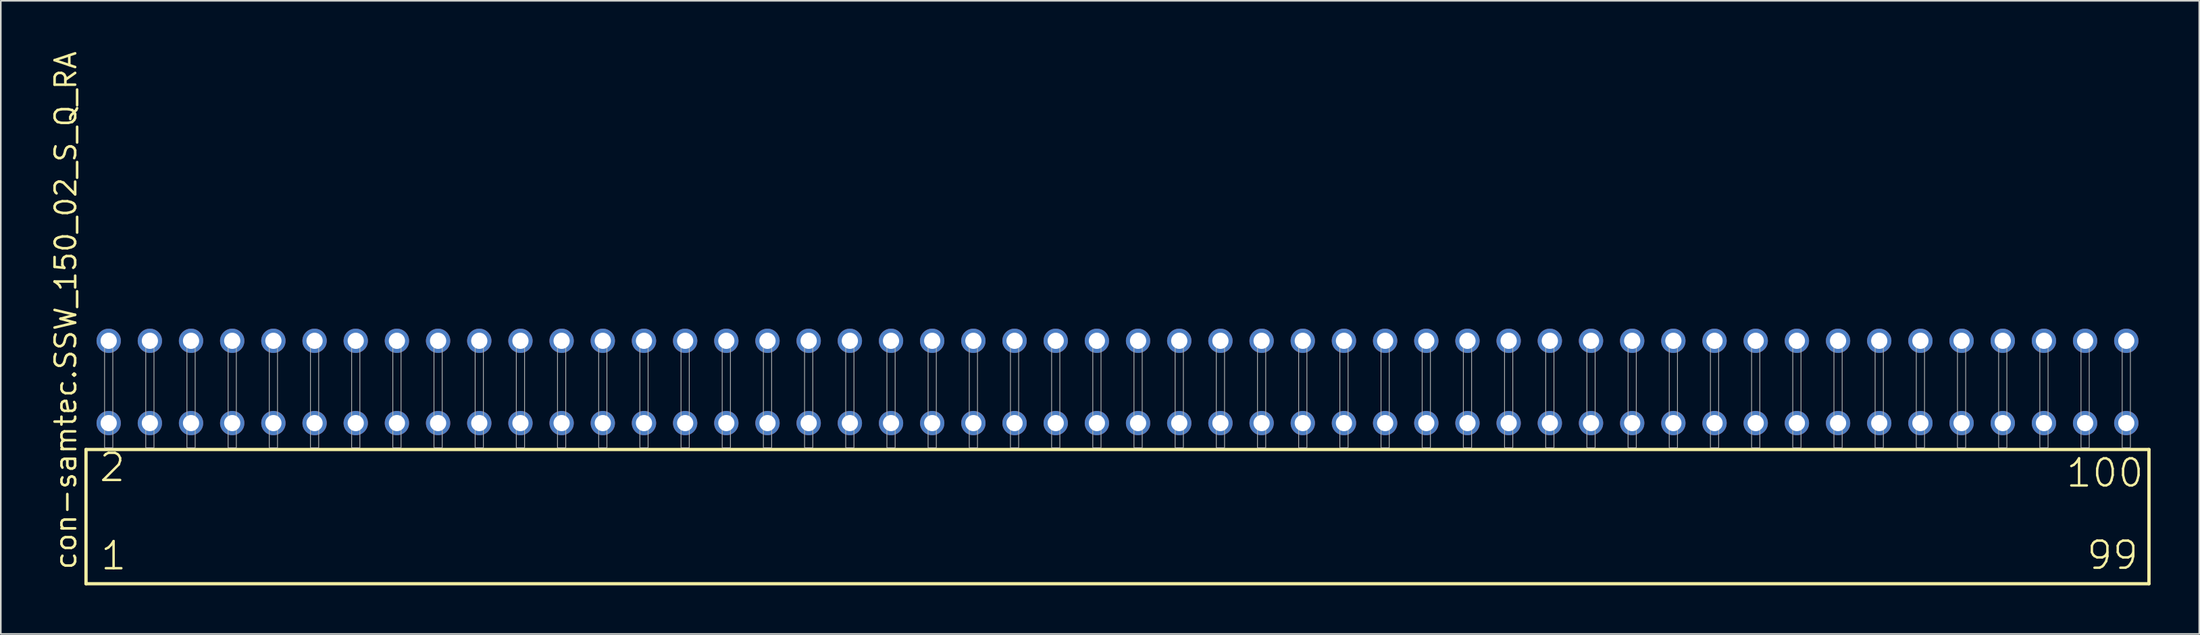
<source format=kicad_pcb>
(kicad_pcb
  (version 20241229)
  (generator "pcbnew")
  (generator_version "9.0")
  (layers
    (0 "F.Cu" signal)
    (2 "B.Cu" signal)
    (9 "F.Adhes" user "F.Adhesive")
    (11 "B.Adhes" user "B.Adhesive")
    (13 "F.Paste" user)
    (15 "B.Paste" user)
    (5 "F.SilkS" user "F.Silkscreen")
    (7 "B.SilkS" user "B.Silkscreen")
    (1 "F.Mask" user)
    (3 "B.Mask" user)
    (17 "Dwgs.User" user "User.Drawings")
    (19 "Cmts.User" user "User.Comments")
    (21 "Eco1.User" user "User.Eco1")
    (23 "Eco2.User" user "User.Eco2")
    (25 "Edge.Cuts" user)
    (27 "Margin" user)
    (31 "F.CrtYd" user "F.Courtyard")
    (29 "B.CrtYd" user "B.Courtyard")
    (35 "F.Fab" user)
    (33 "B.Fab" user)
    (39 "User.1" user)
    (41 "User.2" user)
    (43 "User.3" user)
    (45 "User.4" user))
  (footprint "con-samtec.SSW_150_02_S_Q_RA"
    (layer "F.Cu")
    (at 65.885 24.598)
    (property "Reference" "con-samtec.SSW_150_02_S_Q_RA" (at -64.135 7.62 90) (layer "F.SilkS") (effects (font (size 1.27 1.27) (thickness 0.16)) (justify left bottom)))
    (attr through_hole)
    (fp_line (start -63.629 0.106) (end -63.629 8.396) (stroke (width 0.203) (type default)) (layer "F.SilkS"))
    (fp_line (start -63.629 8.396) (end 63.629 8.396) (stroke (width 0.203) (type default)) (layer "F.SilkS"))
    (fp_line (start 63.629 0.106) (end -63.629 0.106) (stroke (width 0.203) (type default)) (layer "F.SilkS"))
    (fp_line (start 63.629 8.396) (end 63.629 0.106) (stroke (width 0.203) (type default)) (layer "F.SilkS"))
    (fp_rect (start -62.484 0) (end -61.976 -6.858) (stroke (width 0.05) (type default)) (fill no) (layer "F.Fab"))
    (fp_rect (start -59.944 0) (end -59.436 -6.858) (stroke (width 0.05) (type default)) (fill no) (layer "F.Fab"))
    (fp_rect (start -57.404 0) (end -56.896 -6.858) (stroke (width 0.05) (type default)) (fill no) (layer "F.Fab"))
    (fp_rect (start -54.864 0) (end -54.356 -6.858) (stroke (width 0.05) (type default)) (fill no) (layer "F.Fab"))
    (fp_rect (start -52.324 0) (end -51.816 -6.858) (stroke (width 0.05) (type default)) (fill no) (layer "F.Fab"))
    (fp_rect (start -49.784 0) (end -49.276 -6.858) (stroke (width 0.05) (type default)) (fill no) (layer "F.Fab"))
    (fp_rect (start -47.244 0) (end -46.736 -6.858) (stroke (width 0.05) (type default)) (fill no) (layer "F.Fab"))
    (fp_rect (start -44.704 0) (end -44.196 -6.858) (stroke (width 0.05) (type default)) (fill no) (layer "F.Fab"))
    (fp_rect (start -42.164 0) (end -41.656 -6.858) (stroke (width 0.05) (type default)) (fill no) (layer "F.Fab"))
    (fp_rect (start -39.624 0) (end -39.116 -6.858) (stroke (width 0.05) (type default)) (fill no) (layer "F.Fab"))
    (fp_rect (start -37.084 0) (end -36.576 -6.858) (stroke (width 0.05) (type default)) (fill no) (layer "F.Fab"))
    (fp_rect (start -34.544 0) (end -34.036 -6.858) (stroke (width 0.05) (type default)) (fill no) (layer "F.Fab"))
    (fp_rect (start -32.004 0) (end -31.496 -6.858) (stroke (width 0.05) (type default)) (fill no) (layer "F.Fab"))
    (fp_rect (start -29.464 0) (end -28.956 -6.858) (stroke (width 0.05) (type default)) (fill no) (layer "F.Fab"))
    (fp_rect (start -26.924 0) (end -26.416 -6.858) (stroke (width 0.05) (type default)) (fill no) (layer "F.Fab"))
    (fp_rect (start -24.384 0) (end -23.876 -6.858) (stroke (width 0.05) (type default)) (fill no) (layer "F.Fab"))
    (fp_rect (start -21.844 0) (end -21.336 -6.858) (stroke (width 0.05) (type default)) (fill no) (layer "F.Fab"))
    (fp_rect (start -19.304 0) (end -18.796 -6.858) (stroke (width 0.05) (type default)) (fill no) (layer "F.Fab"))
    (fp_rect (start -16.764 0) (end -16.256 -6.858) (stroke (width 0.05) (type default)) (fill no) (layer "F.Fab"))
    (fp_rect (start -14.224 0) (end -13.716 -6.858) (stroke (width 0.05) (type default)) (fill no) (layer "F.Fab"))
    (fp_rect (start -11.684 0) (end -11.176 -6.858) (stroke (width 0.05) (type default)) (fill no) (layer "F.Fab"))
    (fp_rect (start -9.144 0) (end -8.636 -6.858) (stroke (width 0.05) (type default)) (fill no) (layer "F.Fab"))
    (fp_rect (start -6.604 0) (end -6.096 -6.858) (stroke (width 0.05) (type default)) (fill no) (layer "F.Fab"))
    (fp_rect (start -4.064 0) (end -3.556 -6.858) (stroke (width 0.05) (type default)) (fill no) (layer "F.Fab"))
    (fp_rect (start -1.524 0) (end -1.016 -6.858) (stroke (width 0.05) (type default)) (fill no) (layer "F.Fab"))
    (fp_rect (start 1.016 0) (end 1.524 -6.858) (stroke (width 0.05) (type default)) (fill no) (layer "F.Fab"))
    (fp_rect (start 3.556 0) (end 4.064 -6.858) (stroke (width 0.05) (type default)) (fill no) (layer "F.Fab"))
    (fp_rect (start 6.096 0) (end 6.604 -6.858) (stroke (width 0.05) (type default)) (fill no) (layer "F.Fab"))
    (fp_rect (start 8.636 0) (end 9.144 -6.858) (stroke (width 0.05) (type default)) (fill no) (layer "F.Fab"))
    (fp_rect (start 11.176 0) (end 11.684 -6.858) (stroke (width 0.05) (type default)) (fill no) (layer "F.Fab"))
    (fp_rect (start 13.716 0) (end 14.224 -6.858) (stroke (width 0.05) (type default)) (fill no) (layer "F.Fab"))
    (fp_rect (start 16.256 0) (end 16.764 -6.858) (stroke (width 0.05) (type default)) (fill no) (layer "F.Fab"))
    (fp_rect (start 18.796 0) (end 19.304 -6.858) (stroke (width 0.05) (type default)) (fill no) (layer "F.Fab"))
    (fp_rect (start 21.336 0) (end 21.844 -6.858) (stroke (width 0.05) (type default)) (fill no) (layer "F.Fab"))
    (fp_rect (start 23.876 0) (end 24.384 -6.858) (stroke (width 0.05) (type default)) (fill no) (layer "F.Fab"))
    (fp_rect (start 26.416 0) (end 26.924 -6.858) (stroke (width 0.05) (type default)) (fill no) (layer "F.Fab"))
    (fp_rect (start 28.956 0) (end 29.464 -6.858) (stroke (width 0.05) (type default)) (fill no) (layer "F.Fab"))
    (fp_rect (start 31.496 0) (end 32.004 -6.858) (stroke (width 0.05) (type default)) (fill no) (layer "F.Fab"))
    (fp_rect (start 34.036 0) (end 34.544 -6.858) (stroke (width 0.05) (type default)) (fill no) (layer "F.Fab"))
    (fp_rect (start 36.576 0) (end 37.084 -6.858) (stroke (width 0.05) (type default)) (fill no) (layer "F.Fab"))
    (fp_rect (start 39.116 0) (end 39.624 -6.858) (stroke (width 0.05) (type default)) (fill no) (layer "F.Fab"))
    (fp_rect (start 41.656 0) (end 42.164 -6.858) (stroke (width 0.05) (type default)) (fill no) (layer "F.Fab"))
    (fp_rect (start 44.196 0) (end 44.704 -6.858) (stroke (width 0.05) (type default)) (fill no) (layer "F.Fab"))
    (fp_rect (start 46.736 0) (end 47.244 -6.858) (stroke (width 0.05) (type default)) (fill no) (layer "F.Fab"))
    (fp_rect (start 49.276 0) (end 49.784 -6.858) (stroke (width 0.05) (type default)) (fill no) (layer "F.Fab"))
    (fp_rect (start 51.816 0) (end 52.324 -6.858) (stroke (width 0.05) (type default)) (fill no) (layer "F.Fab"))
    (fp_rect (start 54.356 0) (end 54.864 -6.858) (stroke (width 0.05) (type default)) (fill no) (layer "F.Fab"))
    (fp_rect (start 56.896 0) (end 57.404 -6.858) (stroke (width 0.05) (type default)) (fill no) (layer "F.Fab"))
    (fp_rect (start 59.436 0) (end 59.944 -6.858) (stroke (width 0.05) (type default)) (fill no) (layer "F.Fab"))
    (fp_rect (start 61.976 0) (end 62.484 -6.858) (stroke (width 0.05) (type default)) (fill no) (layer "F.Fab"))
    (fp_text user "1" (at -62.825 7.65 0) (layer "F.SilkS") (effects (font (size 1.676 1.676) (thickness 0.15)) (justify left bottom)))
    (fp_text user "99" (at 59.69 7.62 0) (layer "F.SilkS") (effects (font (size 1.676 1.676) (thickness 0.15)) (justify left bottom)))
    (fp_text user "2" (at -62.9 2.2 0) (layer "F.SilkS") (effects (font (size 1.676 1.676) (thickness 0.15)) (justify left bottom)))
    (fp_text user "100" (at 58.42 2.54 0) (layer "F.SilkS") (effects (font (size 1.676 1.676) (thickness 0.15)) (justify left bottom)))
    (pad "1" thru_hole circle (at -62.23 -1.524) (size 1.5 1.5) (drill 1) (layers "*.Cu" "*.Mask"))
    (pad "2" thru_hole circle (at -62.23 -6.604) (size 1.5 1.5) (drill 1) (layers "*.Cu" "*.Mask"))
    (pad "3" thru_hole circle (at -59.69 -1.524) (size 1.5 1.5) (drill 1) (layers "*.Cu" "*.Mask"))
    (pad "4" thru_hole circle (at -59.69 -6.604) (size 1.5 1.5) (drill 1) (layers "*.Cu" "*.Mask"))
    (pad "5" thru_hole circle (at -57.15 -1.524) (size 1.5 1.5) (drill 1) (layers "*.Cu" "*.Mask"))
    (pad "6" thru_hole circle (at -57.15 -6.604) (size 1.5 1.5) (drill 1) (layers "*.Cu" "*.Mask"))
    (pad "7" thru_hole circle (at -54.61 -1.524) (size 1.5 1.5) (drill 1) (layers "*.Cu" "*.Mask"))
    (pad "8" thru_hole circle (at -54.61 -6.604) (size 1.5 1.5) (drill 1) (layers "*.Cu" "*.Mask"))
    (pad "9" thru_hole circle (at -52.07 -1.524) (size 1.5 1.5) (drill 1) (layers "*.Cu" "*.Mask"))
    (pad "10" thru_hole circle (at -52.07 -6.604) (size 1.5 1.5) (drill 1) (layers "*.Cu" "*.Mask"))
    (pad "11" thru_hole circle (at -49.53 -1.524) (size 1.5 1.5) (drill 1) (layers "*.Cu" "*.Mask"))
    (pad "12" thru_hole circle (at -49.53 -6.604) (size 1.5 1.5) (drill 1) (layers "*.Cu" "*.Mask"))
    (pad "13" thru_hole circle (at -46.99 -1.524) (size 1.5 1.5) (drill 1) (layers "*.Cu" "*.Mask"))
    (pad "14" thru_hole circle (at -46.99 -6.604) (size 1.5 1.5) (drill 1) (layers "*.Cu" "*.Mask"))
    (pad "15" thru_hole circle (at -44.45 -1.524) (size 1.5 1.5) (drill 1) (layers "*.Cu" "*.Mask"))
    (pad "16" thru_hole circle (at -44.45 -6.604) (size 1.5 1.5) (drill 1) (layers "*.Cu" "*.Mask"))
    (pad "17" thru_hole circle (at -41.91 -1.524) (size 1.5 1.5) (drill 1) (layers "*.Cu" "*.Mask"))
    (pad "18" thru_hole circle (at -41.91 -6.604) (size 1.5 1.5) (drill 1) (layers "*.Cu" "*.Mask"))
    (pad "19" thru_hole circle (at -39.37 -1.524) (size 1.5 1.5) (drill 1) (layers "*.Cu" "*.Mask"))
    (pad "20" thru_hole circle (at -39.37 -6.604) (size 1.5 1.5) (drill 1) (layers "*.Cu" "*.Mask"))
    (pad "21" thru_hole circle (at -36.83 -1.524) (size 1.5 1.5) (drill 1) (layers "*.Cu" "*.Mask"))
    (pad "22" thru_hole circle (at -36.83 -6.604) (size 1.5 1.5) (drill 1) (layers "*.Cu" "*.Mask"))
    (pad "23" thru_hole circle (at -34.29 -1.524) (size 1.5 1.5) (drill 1) (layers "*.Cu" "*.Mask"))
    (pad "24" thru_hole circle (at -34.29 -6.604) (size 1.5 1.5) (drill 1) (layers "*.Cu" "*.Mask"))
    (pad "25" thru_hole circle (at -31.75 -1.524) (size 1.5 1.5) (drill 1) (layers "*.Cu" "*.Mask"))
    (pad "26" thru_hole circle (at -31.75 -6.604) (size 1.5 1.5) (drill 1) (layers "*.Cu" "*.Mask"))
    (pad "27" thru_hole circle (at -29.21 -1.524) (size 1.5 1.5) (drill 1) (layers "*.Cu" "*.Mask"))
    (pad "28" thru_hole circle (at -29.21 -6.604) (size 1.5 1.5) (drill 1) (layers "*.Cu" "*.Mask"))
    (pad "29" thru_hole circle (at -26.67 -1.524) (size 1.5 1.5) (drill 1) (layers "*.Cu" "*.Mask"))
    (pad "30" thru_hole circle (at -26.67 -6.604) (size 1.5 1.5) (drill 1) (layers "*.Cu" "*.Mask"))
    (pad "31" thru_hole circle (at -24.13 -1.524) (size 1.5 1.5) (drill 1) (layers "*.Cu" "*.Mask"))
    (pad "32" thru_hole circle (at -24.13 -6.604) (size 1.5 1.5) (drill 1) (layers "*.Cu" "*.Mask"))
    (pad "33" thru_hole circle (at -21.59 -1.524) (size 1.5 1.5) (drill 1) (layers "*.Cu" "*.Mask"))
    (pad "34" thru_hole circle (at -21.59 -6.604) (size 1.5 1.5) (drill 1) (layers "*.Cu" "*.Mask"))
    (pad "35" thru_hole circle (at -19.05 -1.524) (size 1.5 1.5) (drill 1) (layers "*.Cu" "*.Mask"))
    (pad "36" thru_hole circle (at -19.05 -6.604) (size 1.5 1.5) (drill 1) (layers "*.Cu" "*.Mask"))
    (pad "37" thru_hole circle (at -16.51 -1.524) (size 1.5 1.5) (drill 1) (layers "*.Cu" "*.Mask"))
    (pad "38" thru_hole circle (at -16.51 -6.604) (size 1.5 1.5) (drill 1) (layers "*.Cu" "*.Mask"))
    (pad "39" thru_hole circle (at -13.97 -1.524) (size 1.5 1.5) (drill 1) (layers "*.Cu" "*.Mask"))
    (pad "40" thru_hole circle (at -13.97 -6.604) (size 1.5 1.5) (drill 1) (layers "*.Cu" "*.Mask"))
    (pad "41" thru_hole circle (at -11.43 -1.524) (size 1.5 1.5) (drill 1) (layers "*.Cu" "*.Mask"))
    (pad "42" thru_hole circle (at -11.43 -6.604) (size 1.5 1.5) (drill 1) (layers "*.Cu" "*.Mask"))
    (pad "43" thru_hole circle (at -8.89 -1.524) (size 1.5 1.5) (drill 1) (layers "*.Cu" "*.Mask"))
    (pad "44" thru_hole circle (at -8.89 -6.604) (size 1.5 1.5) (drill 1) (layers "*.Cu" "*.Mask"))
    (pad "45" thru_hole circle (at -6.35 -1.524) (size 1.5 1.5) (drill 1) (layers "*.Cu" "*.Mask"))
    (pad "46" thru_hole circle (at -6.35 -6.604) (size 1.5 1.5) (drill 1) (layers "*.Cu" "*.Mask"))
    (pad "47" thru_hole circle (at -3.81 -1.524) (size 1.5 1.5) (drill 1) (layers "*.Cu" "*.Mask"))
    (pad "48" thru_hole circle (at -3.81 -6.604) (size 1.5 1.5) (drill 1) (layers "*.Cu" "*.Mask"))
    (pad "49" thru_hole circle (at -1.27 -1.524) (size 1.5 1.5) (drill 1) (layers "*.Cu" "*.Mask"))
    (pad "50" thru_hole circle (at -1.27 -6.604) (size 1.5 1.5) (drill 1) (layers "*.Cu" "*.Mask"))
    (pad "51" thru_hole circle (at 1.27 -1.524) (size 1.5 1.5) (drill 1) (layers "*.Cu" "*.Mask"))
    (pad "52" thru_hole circle (at 1.27 -6.604) (size 1.5 1.5) (drill 1) (layers "*.Cu" "*.Mask"))
    (pad "53" thru_hole circle (at 3.81 -1.524) (size 1.5 1.5) (drill 1) (layers "*.Cu" "*.Mask"))
    (pad "54" thru_hole circle (at 3.81 -6.604) (size 1.5 1.5) (drill 1) (layers "*.Cu" "*.Mask"))
    (pad "55" thru_hole circle (at 6.35 -1.524) (size 1.5 1.5) (drill 1) (layers "*.Cu" "*.Mask"))
    (pad "56" thru_hole circle (at 6.35 -6.604) (size 1.5 1.5) (drill 1) (layers "*.Cu" "*.Mask"))
    (pad "57" thru_hole circle (at 8.89 -1.524) (size 1.5 1.5) (drill 1) (layers "*.Cu" "*.Mask"))
    (pad "58" thru_hole circle (at 8.89 -6.604) (size 1.5 1.5) (drill 1) (layers "*.Cu" "*.Mask"))
    (pad "59" thru_hole circle (at 11.43 -1.524) (size 1.5 1.5) (drill 1) (layers "*.Cu" "*.Mask"))
    (pad "60" thru_hole circle (at 11.43 -6.604) (size 1.5 1.5) (drill 1) (layers "*.Cu" "*.Mask"))
    (pad "61" thru_hole circle (at 13.97 -1.524) (size 1.5 1.5) (drill 1) (layers "*.Cu" "*.Mask"))
    (pad "62" thru_hole circle (at 13.97 -6.604) (size 1.5 1.5) (drill 1) (layers "*.Cu" "*.Mask"))
    (pad "63" thru_hole circle (at 16.51 -1.524) (size 1.5 1.5) (drill 1) (layers "*.Cu" "*.Mask"))
    (pad "64" thru_hole circle (at 16.51 -6.604) (size 1.5 1.5) (drill 1) (layers "*.Cu" "*.Mask"))
    (pad "65" thru_hole circle (at 19.05 -1.524) (size 1.5 1.5) (drill 1) (layers "*.Cu" "*.Mask"))
    (pad "66" thru_hole circle (at 19.05 -6.604) (size 1.5 1.5) (drill 1) (layers "*.Cu" "*.Mask"))
    (pad "67" thru_hole circle (at 21.59 -1.524) (size 1.5 1.5) (drill 1) (layers "*.Cu" "*.Mask"))
    (pad "68" thru_hole circle (at 21.59 -6.604) (size 1.5 1.5) (drill 1) (layers "*.Cu" "*.Mask"))
    (pad "69" thru_hole circle (at 24.13 -1.524) (size 1.5 1.5) (drill 1) (layers "*.Cu" "*.Mask"))
    (pad "70" thru_hole circle (at 24.13 -6.604) (size 1.5 1.5) (drill 1) (layers "*.Cu" "*.Mask"))
    (pad "71" thru_hole circle (at 26.67 -1.524) (size 1.5 1.5) (drill 1) (layers "*.Cu" "*.Mask"))
    (pad "72" thru_hole circle (at 26.67 -6.604) (size 1.5 1.5) (drill 1) (layers "*.Cu" "*.Mask"))
    (pad "73" thru_hole circle (at 29.21 -1.524) (size 1.5 1.5) (drill 1) (layers "*.Cu" "*.Mask"))
    (pad "74" thru_hole circle (at 29.21 -6.604) (size 1.5 1.5) (drill 1) (layers "*.Cu" "*.Mask"))
    (pad "75" thru_hole circle (at 31.75 -1.524) (size 1.5 1.5) (drill 1) (layers "*.Cu" "*.Mask"))
    (pad "76" thru_hole circle (at 31.75 -6.604) (size 1.5 1.5) (drill 1) (layers "*.Cu" "*.Mask"))
    (pad "77" thru_hole circle (at 34.29 -1.524) (size 1.5 1.5) (drill 1) (layers "*.Cu" "*.Mask"))
    (pad "78" thru_hole circle (at 34.29 -6.604) (size 1.5 1.5) (drill 1) (layers "*.Cu" "*.Mask"))
    (pad "79" thru_hole circle (at 36.83 -1.524) (size 1.5 1.5) (drill 1) (layers "*.Cu" "*.Mask"))
    (pad "80" thru_hole circle (at 36.83 -6.604) (size 1.5 1.5) (drill 1) (layers "*.Cu" "*.Mask"))
    (pad "81" thru_hole circle (at 39.37 -1.524) (size 1.5 1.5) (drill 1) (layers "*.Cu" "*.Mask"))
    (pad "82" thru_hole circle (at 39.37 -6.604) (size 1.5 1.5) (drill 1) (layers "*.Cu" "*.Mask"))
    (pad "83" thru_hole circle (at 41.91 -1.524) (size 1.5 1.5) (drill 1) (layers "*.Cu" "*.Mask"))
    (pad "84" thru_hole circle (at 41.91 -6.604) (size 1.5 1.5) (drill 1) (layers "*.Cu" "*.Mask"))
    (pad "85" thru_hole circle (at 44.45 -1.524) (size 1.5 1.5) (drill 1) (layers "*.Cu" "*.Mask"))
    (pad "86" thru_hole circle (at 44.45 -6.604) (size 1.5 1.5) (drill 1) (layers "*.Cu" "*.Mask"))
    (pad "87" thru_hole circle (at 46.99 -1.524) (size 1.5 1.5) (drill 1) (layers "*.Cu" "*.Mask"))
    (pad "88" thru_hole circle (at 46.99 -6.604) (size 1.5 1.5) (drill 1) (layers "*.Cu" "*.Mask"))
    (pad "89" thru_hole circle (at 49.53 -1.524) (size 1.5 1.5) (drill 1) (layers "*.Cu" "*.Mask"))
    (pad "90" thru_hole circle (at 49.53 -6.604) (size 1.5 1.5) (drill 1) (layers "*.Cu" "*.Mask"))
    (pad "91" thru_hole circle (at 52.07 -1.524) (size 1.5 1.5) (drill 1) (layers "*.Cu" "*.Mask"))
    (pad "92" thru_hole circle (at 52.07 -6.604) (size 1.5 1.5) (drill 1) (layers "*.Cu" "*.Mask"))
    (pad "93" thru_hole circle (at 54.61 -1.524) (size 1.5 1.5) (drill 1) (layers "*.Cu" "*.Mask"))
    (pad "94" thru_hole circle (at 54.61 -6.604) (size 1.5 1.5) (drill 1) (layers "*.Cu" "*.Mask"))
    (pad "95" thru_hole circle (at 57.15 -1.524) (size 1.5 1.5) (drill 1) (layers "*.Cu" "*.Mask"))
    (pad "96" thru_hole circle (at 57.15 -6.604) (size 1.5 1.5) (drill 1) (layers "*.Cu" "*.Mask"))
    (pad "97" thru_hole circle (at 59.69 -1.524) (size 1.5 1.5) (drill 1) (layers "*.Cu" "*.Mask"))
    (pad "98" thru_hole circle (at 59.69 -6.604) (size 1.5 1.5) (drill 1) (layers "*.Cu" "*.Mask"))
    (pad "99" thru_hole circle (at 62.23 -1.524) (size 1.5 1.5) (drill 1) (layers "*.Cu" "*.Mask"))
    (pad "100" thru_hole circle (at 62.23 -6.604) (size 1.5 1.5) (drill 1) (layers "*.Cu" "*.Mask")))
  (gr_rect
    (start -3 -3)
    (end 132.616 36.096)
    (stroke (width 0.1) (type default))
    (fill no)
    (layer "Edge.Cuts")))
</source>
